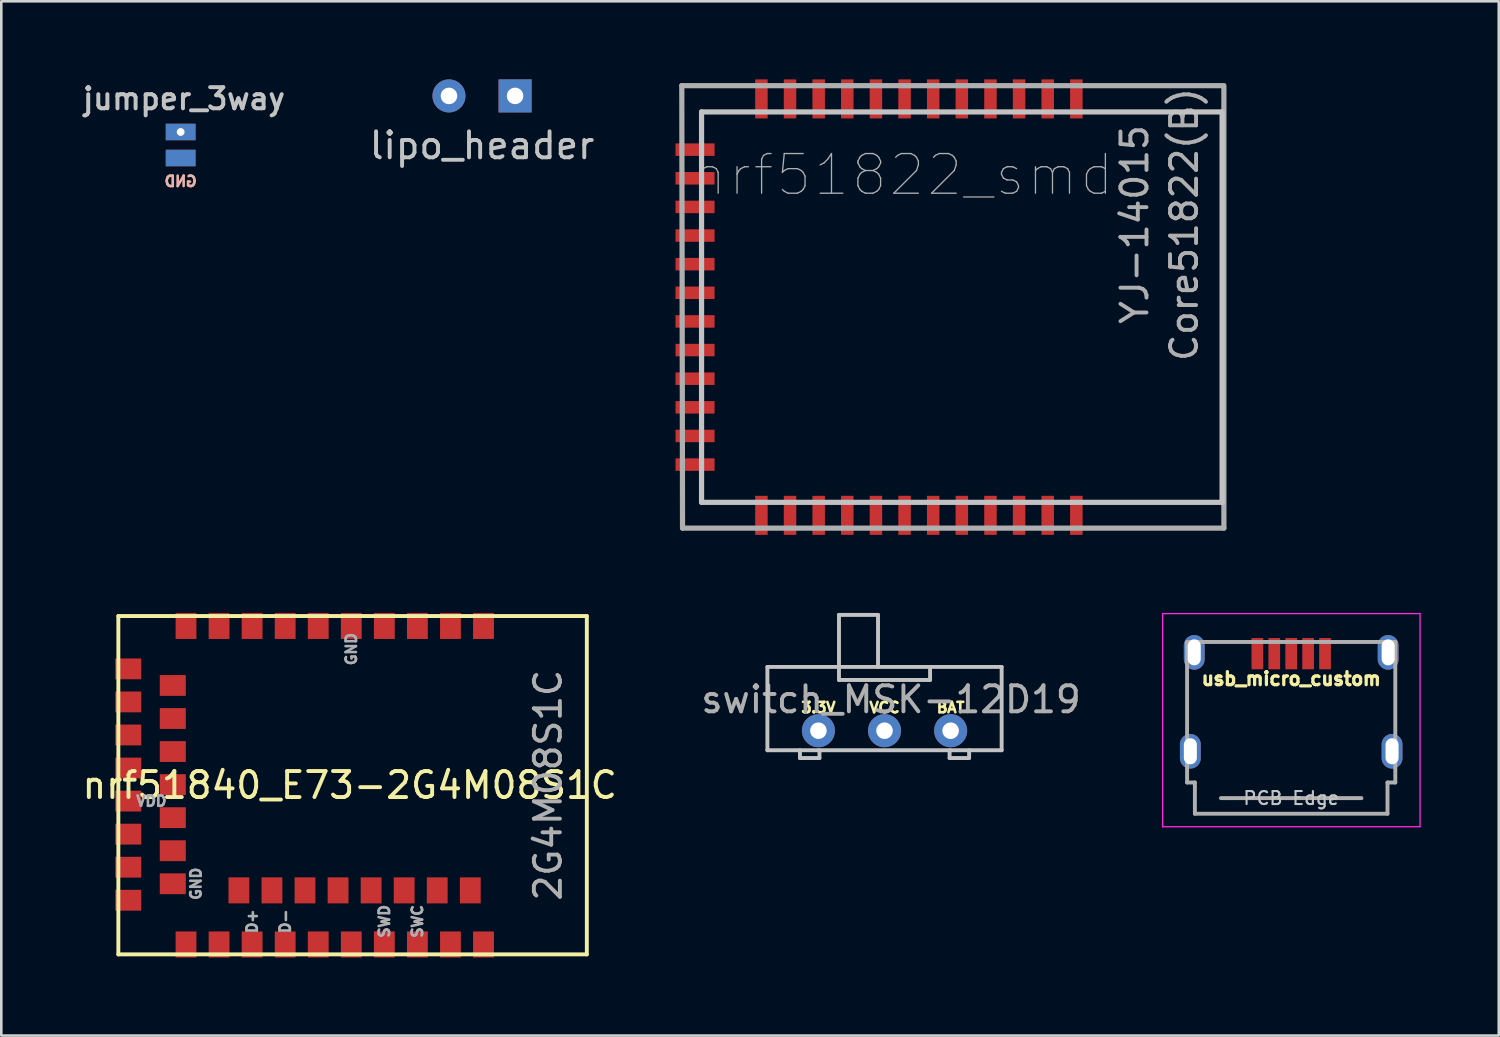
<source format=kicad_pcb>
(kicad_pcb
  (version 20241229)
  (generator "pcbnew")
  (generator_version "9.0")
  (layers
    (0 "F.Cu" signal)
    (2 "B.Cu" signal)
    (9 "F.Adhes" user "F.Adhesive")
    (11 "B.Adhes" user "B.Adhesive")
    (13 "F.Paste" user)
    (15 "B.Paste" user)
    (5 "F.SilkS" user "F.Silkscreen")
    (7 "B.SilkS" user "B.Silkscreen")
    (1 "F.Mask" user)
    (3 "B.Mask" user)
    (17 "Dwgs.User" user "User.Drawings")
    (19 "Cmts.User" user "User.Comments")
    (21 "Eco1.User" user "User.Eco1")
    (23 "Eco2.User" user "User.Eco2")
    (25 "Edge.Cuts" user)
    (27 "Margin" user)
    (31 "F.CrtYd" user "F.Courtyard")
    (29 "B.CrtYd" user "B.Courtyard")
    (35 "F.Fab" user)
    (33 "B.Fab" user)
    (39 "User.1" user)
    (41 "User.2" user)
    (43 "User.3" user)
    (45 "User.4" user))
  (footprint "switch_MSK-12D19"
    (layer "F.Cu")
    (at 30.935 25.025)
    (property "Reference" "switch_MSK-12D19" (at 0.25 -1.2 0) (layer "F.Fab") (effects (font (size 1 1) (thickness 0.15))))
    (attr through_hole)
    (fp_line (start -4.5 -2.45) (end -4.5 0.75) (stroke (width 0.15) (type solid)) (layer "Dwgs.User"))
    (fp_line (start -4.5 -2.45) (end 4.5 -2.45) (stroke (width 0.15) (type solid)) (layer "Dwgs.User"))
    (fp_line (start -4.5 0.75) (end 4.5 0.75) (stroke (width 0.15) (type solid)) (layer "Dwgs.User"))
    (fp_line (start -3.25 1.05) (end -3.25 0.75) (stroke (width 0.15) (type solid)) (layer "Dwgs.User"))
    (fp_line (start -2.5 1.05) (end -3.25 1.05) (stroke (width 0.15) (type solid)) (layer "Dwgs.User"))
    (fp_line (start -2.5 1.05) (end -2.5 0.75) (stroke (width 0.15) (type solid)) (layer "Dwgs.User"))
    (fp_line (start -1.75 -4.45) (end -1.75 -2.45) (stroke (width 0.15) (type solid)) (layer "Dwgs.User"))
    (fp_line (start -1.75 -4.45) (end -0.25 -4.45) (stroke (width 0.15) (type solid)) (layer "Dwgs.User"))
    (fp_line (start -1.75 -1.95) (end -1.75 -2.45) (stroke (width 0.15) (type solid)) (layer "Dwgs.User"))
    (fp_line (start -1.75 -1.95) (end 1.75 -1.95) (stroke (width 0.15) (type solid)) (layer "Dwgs.User"))
    (fp_line (start -0.25 -4.45) (end -0.25 -2.45) (stroke (width 0.15) (type solid)) (layer "Dwgs.User"))
    (fp_line (start 1.75 -1.95) (end 1.75 -2.45) (stroke (width 0.15) (type solid)) (layer "Dwgs.User"))
    (fp_line (start 2.5 1.05) (end 2.5 0.75) (stroke (width 0.15) (type solid)) (layer "Dwgs.User"))
    (fp_line (start 3.25 1.05) (end 2.5 1.05) (stroke (width 0.15) (type solid)) (layer "Dwgs.User"))
    (fp_line (start 3.25 1.05) (end 3.25 0.75) (stroke (width 0.15) (type solid)) (layer "Dwgs.User"))
    (fp_line (start 4.5 -2.45) (end 4.5 0.75) (stroke (width 0.15) (type solid)) (layer "Dwgs.User"))
    (fp_text user "BAT" (at 2.54 -0.889 0) (layer "F.SilkS") (effects (font (size 0.4 0.4) (thickness 0.1))))
    (fp_text user "VCC" (at 0 -0.889 0) (layer "F.SilkS") (effects (font (size 0.4 0.4) (thickness 0.1))))
    (fp_text user "3.3V" (at -2.54 -0.889 180) (layer "F.SilkS") (effects (font (size 0.4 0.4) (thickness 0.1))))
    (pad "1" thru_hole circle (at -2.54 0) (size 1.27 1.27) (drill 0.635) (layers "*.Cu" "*.Mask"))
    (pad "2" thru_hole circle (at 0 0) (size 1.27 1.27) (drill 0.635) (layers "*.Cu" "*.Mask"))
    (pad "3" thru_hole circle (at 2.54 0) (size 1.27 1.27) (drill 0.635) (layers "*.Cu" "*.Mask")))
  (footprint "nrf51822_smd"
    (layer "F.Cu")
    (at 31.655 8.75)
    (property "Reference" "nrf51822_smd" (at 0 -5.08 0) (layer "F.Fab") (effects (font (size 1.524 1.524) (thickness 0.05))))
    (attr smd)
    (fp_line (start -7.75 -7.5) (end 12.25 -7.5) (stroke (width 0.2) (type solid)) (layer "Dwgs.User"))
    (fp_line (start -7.75 7.5) (end -7.75 -7.5) (stroke (width 0.2) (type solid)) (layer "Dwgs.User"))
    (fp_line (start 12.25 -7.5) (end 12.25 7.5) (stroke (width 0.2) (type solid)) (layer "Dwgs.User"))
    (fp_line (start 12.25 7.5) (end -7.75 7.5) (stroke (width 0.2) (type solid)) (layer "Dwgs.User"))
    (fp_line (start -8.509 -8.509) (end 12.291 -8.509) (stroke (width 0.2) (type solid)) (layer "F.Fab"))
    (fp_line (start -8.481 8.491) (end -8.509 -8.509) (stroke (width 0.2) (type solid)) (layer "F.Fab"))
    (fp_line (start -8.481 8.491) (end 12.319 8.491) (stroke (width 0.2) (type solid)) (layer "F.Fab"))
    (fp_line (start 12.319 8.491) (end 12.319 -8.509) (stroke (width 0.2) (type solid)) (layer "F.Fab"))
    (fp_text user "Core51822(B)" (at 10.795 -3.175 90) (layer "F.Fab") (effects (font (size 1 1) (thickness 0.15))))
    (fp_text user "YJ-14015" (at 8.89 -3.175 90) (layer "F.Fab") (effects (font (size 1 1) (thickness 0.15))))
    (pad "1" smd rect (at 6.65 -8 180) (size 0.48 1.5) (layers "F.Cu" "F.Mask" "F.Paste"))
    (pad "2" smd rect (at 5.55 -8 180) (size 0.48 1.5) (layers "F.Cu" "F.Mask" "F.Paste"))
    (pad "3" smd rect (at 4.45 -8 180) (size 0.48 1.5) (layers "F.Cu" "F.Mask" "F.Paste"))
    (pad "4" smd rect (at 3.35 -8 180) (size 0.48 1.5) (layers "F.Cu" "F.Mask" "F.Paste"))
    (pad "5" smd rect (at 2.25 -8 180) (size 0.48 1.5) (layers "F.Cu" "F.Mask" "F.Paste"))
    (pad "6" smd rect (at 1.15 -8 180) (size 0.48 1.5) (layers "F.Cu" "F.Mask" "F.Paste"))
    (pad "7" smd rect (at 0.05 -8 180) (size 0.48 1.5) (layers "F.Cu" "F.Mask" "F.Paste"))
    (pad "8" smd rect (at -1.05 -8 180) (size 0.48 1.5) (layers "F.Cu" "F.Mask" "F.Paste"))
    (pad "9" smd rect (at -2.15 -8 180) (size 0.48 1.5) (layers "F.Cu" "F.Mask" "F.Paste"))
    (pad "10" smd rect (at -3.25 -8 180) (size 0.48 1.5) (layers "F.Cu" "F.Mask" "F.Paste"))
    (pad "11" smd rect (at -4.35 -8 180) (size 0.48 1.5) (layers "F.Cu" "F.Mask" "F.Paste"))
    (pad "12" smd rect (at -5.45 -8 180) (size 0.48 1.5) (layers "F.Cu" "F.Mask" "F.Paste"))
    (pad "13" smd rect (at -8 -6.05 270) (size 0.48 1.5) (layers "F.Cu" "F.Mask" "F.Paste"))
    (pad "14" smd rect (at -8 -4.95 270) (size 0.48 1.5) (layers "F.Cu" "F.Mask" "F.Paste"))
    (pad "15" smd rect (at -8 -3.85 270) (size 0.48 1.5) (layers "F.Cu" "F.Mask" "F.Paste"))
    (pad "16" smd rect (at -8 -2.75 270) (size 0.48 1.5) (layers "F.Cu" "F.Mask" "F.Paste"))
    (pad "17" smd rect (at -8 -1.65 270) (size 0.48 1.5) (layers "F.Cu" "F.Mask" "F.Paste"))
    (pad "18" smd rect (at -8 -0.55 270) (size 0.48 1.5) (layers "F.Cu" "F.Mask" "F.Paste"))
    (pad "19" smd rect (at -8 0.55 270) (size 0.48 1.5) (layers "F.Cu" "F.Mask" "F.Paste"))
    (pad "20" smd rect (at -8 1.65 270) (size 0.48 1.5) (layers "F.Cu" "F.Mask" "F.Paste"))
    (pad "21" smd rect (at -8 2.75 270) (size 0.48 1.5) (layers "F.Cu" "F.Mask" "F.Paste"))
    (pad "22" smd rect (at -8 3.85 270) (size 0.48 1.5) (layers "F.Cu" "F.Mask" "F.Paste"))
    (pad "23" smd rect (at -8 4.95 270) (size 0.48 1.5) (layers "F.Cu" "F.Mask" "F.Paste"))
    (pad "24" smd rect (at -8 6.05 270) (size 0.48 1.5) (layers "F.Cu" "F.Mask" "F.Paste"))
    (pad "25" smd rect (at -5.45 8) (size 0.48 1.5) (layers "F.Cu" "F.Mask" "F.Paste"))
    (pad "26" smd rect (at -4.35 8) (size 0.48 1.5) (layers "F.Cu" "F.Mask" "F.Paste"))
    (pad "27" smd rect (at -3.25 8) (size 0.48 1.5) (layers "F.Cu" "F.Mask" "F.Paste"))
    (pad "28" smd rect (at -2.15 8) (size 0.48 1.5) (layers "F.Cu" "F.Mask" "F.Paste"))
    (pad "29" smd rect (at -1.05 8) (size 0.48 1.5) (layers "F.Cu" "F.Mask" "F.Paste"))
    (pad "30" smd rect (at 0.05 8) (size 0.48 1.5) (layers "F.Cu" "F.Mask" "F.Paste"))
    (pad "31" smd rect (at 1.15 8) (size 0.48 1.5) (layers "F.Cu" "F.Mask" "F.Paste"))
    (pad "32" smd rect (at 2.25 8) (size 0.48 1.5) (layers "F.Cu" "F.Mask" "F.Paste"))
    (pad "33" smd rect (at 3.35 8) (size 0.48 1.5) (layers "F.Cu" "F.Mask" "F.Paste"))
    (pad "34" smd rect (at 4.45 8) (size 0.48 1.5) (layers "F.Cu" "F.Mask" "F.Paste"))
    (pad "35" smd rect (at 5.55 8) (size 0.48 1.5) (layers "F.Cu" "F.Mask" "F.Paste"))
    (pad "36" smd rect (at 6.65 8) (size 0.48 1.5) (layers "F.Cu" "F.Mask" "F.Paste")))
  (footprint "jumper_3way"
    (layer "F.Cu")
    (at 3.891 2.775)
    (property "Reference" "jumper_3way" (at 0.127 -2.032 0) (layer "Dwgs.User") (effects (font (size 0.813 0.813) (thickness 0.152))))
    (attr smd)
    (fp_text user "GND" (at 0 1.143 0) (layer "B.SilkS") (effects (font (size 0.4 0.4) (thickness 0.1)) (justify mirror)))
    (pad "1" smd rect (at 0 0.246 90) (size 0.635 1.143) (layers "F.Cu" "F.Mask" "F.Paste"))
    (pad "2" thru_hole rect (at 0 -0.754 90) (size 0.635 1.143) (drill 0.3) (layers "*.Cu" "*.Mask"))
    (pad "3" smd rect (at 0 0.246 270) (size 0.635 1.143) (layers "B.Cu" "B.Mask" "B.Paste")))
  (footprint "lipo_header"
    (layer "F.Cu")
    (at 15.47 0.635)
    (property "Reference" "lipo_header" (at 0 1.905 0) (layer "Dwgs.User") (effects (font (size 1 1) (thickness 0.15))))
    (attr through_hole)
    (pad "1" thru_hole circle (at -1.27 0) (size 1.27 1.27) (drill 0.635) (layers "*.Cu" "*.Mask"))
    (pad "2" thru_hole rect (at 1.27 0) (size 1.27 1.27) (drill 0.635) (layers "*.Cu" "*.Mask")))
  (footprint "usb_micro_custom"
    (layer "F.Cu")
    (at 46.56 27.475)
    (property "Reference" "usb_micro_custom" (at 0 -4.445 0) (layer "F.SilkS") (effects (font (size 0.5 0.5) (thickness 0.125))))
    (attr smd)
    (fp_line (start -4.94 -6.95) (end -4.94 1.24) (stroke (width 0.05) (type solid)) (layer "F.CrtYd"))
    (fp_line (start -4.94 1.24) (end 4.95 1.24) (stroke (width 0.05) (type solid)) (layer "F.CrtYd"))
    (fp_line (start 4.95 -6.95) (end -4.94 -6.95) (stroke (width 0.05) (type solid)) (layer "F.CrtYd"))
    (fp_line (start 4.95 1.24) (end 4.95 -6.95) (stroke (width 0.05) (type solid)) (layer "F.CrtYd"))
    (fp_line (start -4 -5.86) (end -4 -0.46) (stroke (width 0.15) (type solid)) (layer "F.Fab"))
    (fp_line (start -4 -0.46) (end -3.7 -0.46) (stroke (width 0.15) (type solid)) (layer "F.Fab"))
    (fp_line (start -3.7 -0.46) (end -3.7 0.74) (stroke (width 0.15) (type solid)) (layer "F.Fab"))
    (fp_line (start -3.7 0.74) (end 3.7 0.74) (stroke (width 0.15) (type solid)) (layer "F.Fab"))
    (fp_line (start -2.7 0.14) (end 2.7 0.14) (stroke (width 0.15) (type solid)) (layer "F.Fab"))
    (fp_line (start 3.7 -0.46) (end 4 -0.46) (stroke (width 0.15) (type solid)) (layer "F.Fab"))
    (fp_line (start 3.7 0.74) (end 3.7 -0.46) (stroke (width 0.15) (type solid)) (layer "F.Fab"))
    (fp_line (start 4 -5.86) (end -4 -5.86) (stroke (width 0.15) (type solid)) (layer "F.Fab"))
    (fp_line (start 4 -0.46) (end 4 -5.86) (stroke (width 0.15) (type solid)) (layer "F.Fab"))
    (fp_text user "PCB Edge" (at 0 0.14 0) (layer "Dwgs.User") (effects (font (size 0.5 0.5) (thickness 0.08))))
    (pad "" thru_hole oval (at -3.875 -1.66) (size 0.8 1.33) (drill oval 0.5 1) (layers "*.Cu" "*.Mask"))
    (pad "" thru_hole oval (at 3.725 -5.46) (size 0.8 1.33) (drill oval 0.5 1) (layers "*.Cu" "*.Mask"))
    (pad "" thru_hole oval (at 3.875 -1.66) (size 0.8 1.33) (drill oval 0.5 1) (layers "*.Cu" "*.Mask"))
    (pad "1" smd rect (at -1.3 -5.41) (size 0.45 1.2) (layers "F.Cu" "F.Mask" "F.Paste"))
    (pad "2" smd rect (at -0.65 -5.41) (size 0.45 1.2) (layers "F.Cu" "F.Mask" "F.Paste"))
    (pad "3" smd rect (at 0 -5.41) (size 0.45 1.2) (layers "F.Cu" "F.Mask" "F.Paste"))
    (pad "4" smd rect (at 0.65 -5.41) (size 0.45 1.2) (layers "F.Cu" "F.Mask" "F.Paste"))
    (pad "5" smd rect (at 1.3 -5.41) (size 0.45 1.2) (layers "F.Cu" "F.Mask" "F.Paste"))
    (pad "6" thru_hole oval (at -3.725 -5.46) (size 0.8 1.33) (drill oval 0.5 1) (layers "*.Cu" "*.Mask")))
  (footprint "nrf51840_E73-2G4M08S1C"
    (layer "F.Cu")
    (at 1.497 27.119)
    (property "Reference" "nrf51840_E73-2G4M08S1C" (at 8.89 0 0) (layer "F.SilkS") (effects (font (size 1 1) (thickness 0.15))))
    (attr through_hole)
    (fp_line (start 0 -6.5) (end 0 6.5) (stroke (width 0.15) (type solid)) (layer "F.SilkS"))
    (fp_line (start 0 6.5) (end 18 6.5) (stroke (width 0.15) (type solid)) (layer "F.SilkS"))
    (fp_line (start 18 -6.5) (end 0 -6.5) (stroke (width 0.15) (type solid)) (layer "F.SilkS"))
    (fp_line (start 18 6.5) (end 18 -6.5) (stroke (width 0.15) (type solid)) (layer "F.SilkS"))
    (fp_text user "D+" (at 5.14 5.23 90) (layer "F.Fab") (effects (font (size 0.4 0.4) (thickness 0.1))))
    (fp_text user "VDD" (at 1.27 0.61 0) (layer "F.Fab") (effects (font (size 0.4 0.4) (thickness 0.1))))
    (fp_text user "2G4M08S1C" (at 16.51 0 90) (layer "F.Fab") (effects (font (size 1 1) (thickness 0.15))))
    (fp_text user "SWD" (at 10.22 5.23 90) (layer "F.Fab") (effects (font (size 0.4 0.4) (thickness 0.1))))
    (fp_text user "SWC" (at 11.49 5.23 90) (layer "F.Fab") (effects (font (size 0.4 0.4) (thickness 0.1))))
    (fp_text user "GND" (at 8.95 -5.23 90) (layer "F.Fab") (effects (font (size 0.4 0.4) (thickness 0.1))))
    (fp_text user "D-" (at 6.41 5.23 90) (layer "F.Fab") (effects (font (size 0.4 0.4) (thickness 0.1))))
    (fp_text user "GND" (at 2.981 3.787 270) (layer "F.Fab") (effects (font (size 0.4 0.4) (thickness 0.1))))
    (pad "1" smd rect (at 14.03 -6.119) (size 0.8 1) (layers "F.Cu" "F.Mask" "F.Paste"))
    (pad "2" smd rect (at 12.76 -6.119) (size 0.8 1) (layers "F.Cu" "F.Mask" "F.Paste"))
    (pad "3" smd rect (at 11.49 -6.119) (size 0.8 1) (layers "F.Cu" "F.Mask" "F.Paste"))
    (pad "4" smd rect (at 10.22 -6.119) (size 0.8 1) (layers "F.Cu" "F.Mask" "F.Paste"))
    (pad "5" smd rect (at 8.95 -6.119) (size 0.8 1) (layers "F.Cu" "F.Mask" "F.Paste"))
    (pad "6" smd rect (at 7.68 -6.119) (size 0.8 1) (layers "F.Cu" "F.Mask" "F.Paste"))
    (pad "7" smd rect (at 6.41 -6.119) (size 0.8 1) (layers "F.Cu" "F.Mask" "F.Paste"))
    (pad "8" smd rect (at 5.14 -6.119) (size 0.8 1) (layers "F.Cu" "F.Mask" "F.Paste"))
    (pad "9" smd rect (at 3.87 -6.119) (size 0.8 1) (layers "F.Cu" "F.Mask" "F.Paste"))
    (pad "10" smd rect (at 2.6 -6.119) (size 0.8 1) (layers "F.Cu" "F.Mask" "F.Paste"))
    (pad "11" smd rect (at 0.381 -4.47 90) (size 0.8 1) (layers "F.Cu" "F.Mask" "F.Paste"))
    (pad "12" smd rect (at 2.092 -3.833 90) (size 0.8 1) (layers "F.Cu" "F.Mask" "F.Paste"))
    (pad "13" smd rect (at 0.381 -3.2 90) (size 0.8 1) (layers "F.Cu" "F.Mask" "F.Paste"))
    (pad "14" smd rect (at 2.092 -2.563 90) (size 0.8 1) (layers "F.Cu" "F.Mask" "F.Paste"))
    (pad "15" smd rect (at 0.381 -1.93 90) (size 0.8 1) (layers "F.Cu" "F.Mask" "F.Paste"))
    (pad "16" smd rect (at 2.092 -1.293 90) (size 0.8 1) (layers "F.Cu" "F.Mask" "F.Paste"))
    (pad "17" smd rect (at 0.381 -0.66 90) (size 0.8 1) (layers "F.Cu" "F.Mask" "F.Paste"))
    (pad "18" smd rect (at 2.092 -0.023 90) (size 0.8 1) (layers "F.Cu" "F.Mask" "F.Paste"))
    (pad "19" smd rect (at 0.381 0.61 90) (size 0.8 1) (layers "F.Cu" "F.Mask" "F.Paste"))
    (pad "20" smd rect (at 2.092 1.247 90) (size 0.8 1) (layers "F.Cu" "F.Mask" "F.Paste"))
    (pad "21" smd rect (at 0.381 1.88 90) (size 0.8 1) (layers "F.Cu" "F.Mask" "F.Paste"))
    (pad "22" smd rect (at 2.092 2.517 90) (size 0.8 1) (layers "F.Cu" "F.Mask" "F.Paste"))
    (pad "23" smd rect (at 0.381 3.15 90) (size 0.8 1) (layers "F.Cu" "F.Mask" "F.Paste"))
    (pad "24" smd rect (at 2.092 3.787 90) (size 0.8 1) (layers "F.Cu" "F.Mask" "F.Paste"))
    (pad "25" smd rect (at 0.381 4.42 90) (size 0.8 1) (layers "F.Cu" "F.Mask" "F.Paste"))
    (pad "26" smd rect (at 2.6 6.119) (size 0.8 1) (layers "F.Cu" "F.Mask" "F.Paste"))
    (pad "27" smd rect (at 3.87 6.119) (size 0.8 1) (layers "F.Cu" "F.Mask" "F.Paste"))
    (pad "28" smd rect (at 4.632 4.041) (size 0.8 1) (layers "F.Cu" "F.Mask" "F.Paste"))
    (pad "29" smd rect (at 5.14 6.119) (size 0.8 1) (layers "F.Cu" "F.Mask" "F.Paste"))
    (pad "30" smd rect (at 5.902 4.041) (size 0.8 1) (layers "F.Cu" "F.Mask" "F.Paste"))
    (pad "31" smd rect (at 6.41 6.119) (size 0.8 1) (layers "F.Cu" "F.Mask" "F.Paste"))
    (pad "32" smd rect (at 7.172 4.041) (size 0.8 1) (layers "F.Cu" "F.Mask" "F.Paste"))
    (pad "33" smd rect (at 7.68 6.119) (size 0.8 1) (layers "F.Cu" "F.Mask" "F.Paste"))
    (pad "34" smd rect (at 8.442 4.041) (size 0.8 1) (layers "F.Cu" "F.Mask" "F.Paste"))
    (pad "35" smd rect (at 8.95 6.119) (size 0.8 1) (layers "F.Cu" "F.Mask" "F.Paste"))
    (pad "36" smd rect (at 9.712 4.041) (size 0.8 1) (layers "F.Cu" "F.Mask" "F.Paste"))
    (pad "37" smd rect (at 10.22 6.119) (size 0.8 1) (layers "F.Cu" "F.Mask" "F.Paste"))
    (pad "38" smd rect (at 10.982 4.041) (size 0.8 1) (layers "F.Cu" "F.Mask" "F.Paste"))
    (pad "39" smd rect (at 11.49 6.119) (size 0.8 1) (layers "F.Cu" "F.Mask" "F.Paste"))
    (pad "40" smd rect (at 12.252 4.041) (size 0.8 1) (layers "F.Cu" "F.Mask" "F.Paste"))
    (pad "41" smd rect (at 12.76 6.119) (size 0.8 1) (layers "F.Cu" "F.Mask" "F.Paste"))
    (pad "42" smd rect (at 13.522 4.041) (size 0.8 1) (layers "F.Cu" "F.Mask" "F.Paste"))
    (pad "43" smd rect (at 14.03 6.119) (size 0.8 1) (layers "F.Cu" "F.Mask" "F.Paste")))
  (gr_rect
    (start -3 -3)
    (end 54.535 36.738)
    (stroke (width 0.1) (type default))
    (fill no)
    (layer "Edge.Cuts")))
</source>
